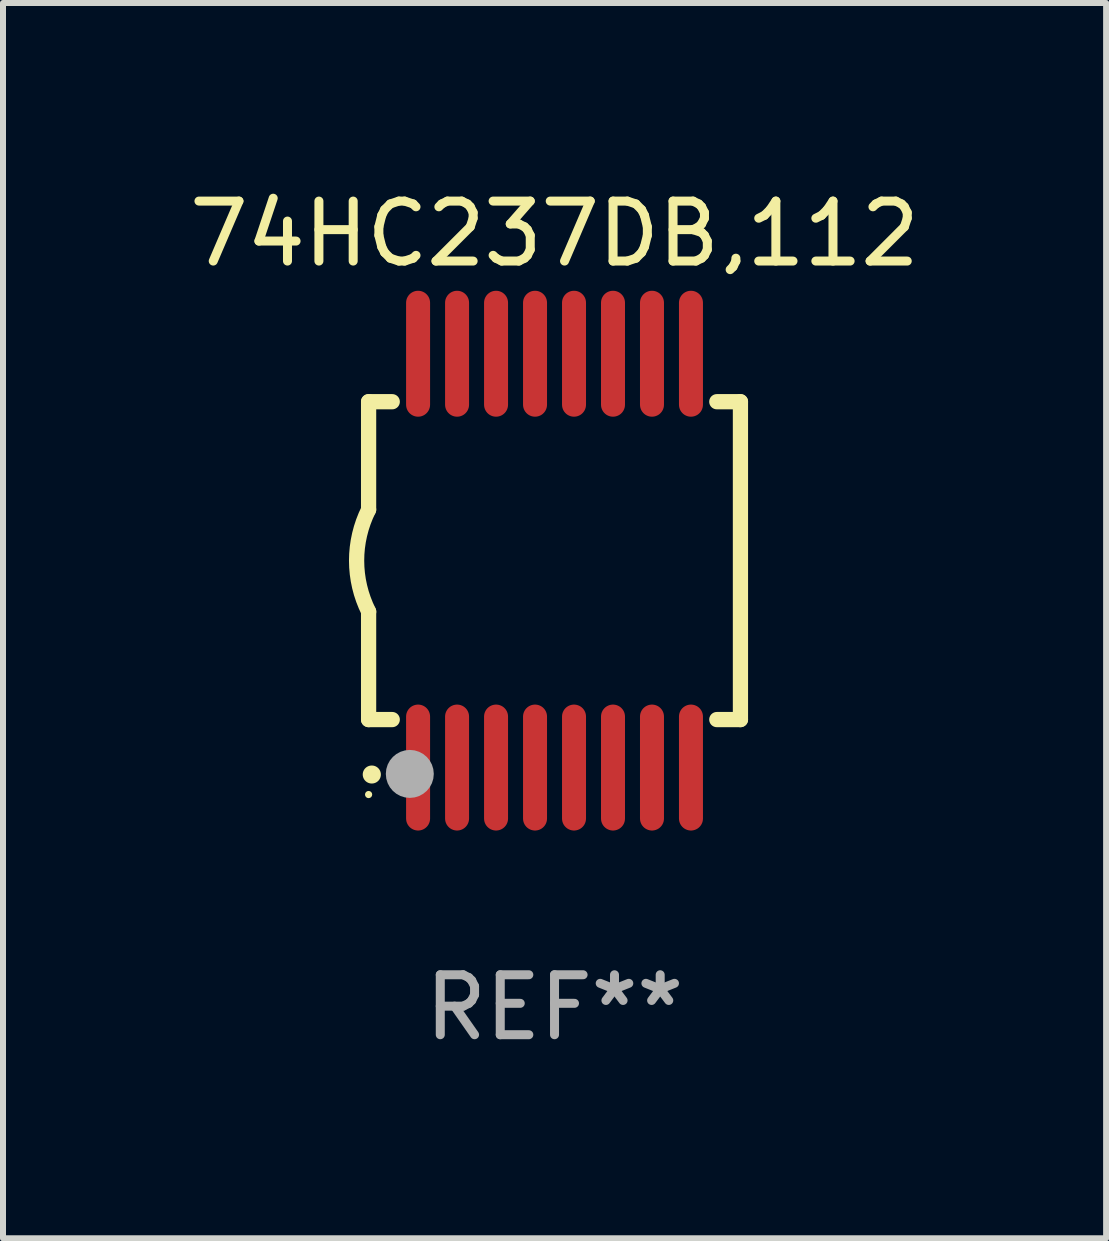
<source format=kicad_pcb>
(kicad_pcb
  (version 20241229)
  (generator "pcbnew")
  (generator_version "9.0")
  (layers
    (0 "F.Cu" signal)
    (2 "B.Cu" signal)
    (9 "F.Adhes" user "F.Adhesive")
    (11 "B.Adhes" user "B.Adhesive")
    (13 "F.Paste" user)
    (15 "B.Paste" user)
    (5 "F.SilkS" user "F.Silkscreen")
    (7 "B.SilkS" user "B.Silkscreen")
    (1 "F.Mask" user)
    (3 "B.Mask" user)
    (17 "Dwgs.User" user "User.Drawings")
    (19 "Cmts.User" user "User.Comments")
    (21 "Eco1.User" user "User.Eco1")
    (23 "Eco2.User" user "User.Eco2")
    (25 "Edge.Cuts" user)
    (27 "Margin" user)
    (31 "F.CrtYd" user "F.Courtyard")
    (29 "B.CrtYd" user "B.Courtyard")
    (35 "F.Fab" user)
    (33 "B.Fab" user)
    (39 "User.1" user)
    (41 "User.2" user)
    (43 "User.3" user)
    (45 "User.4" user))
  (footprint "74HC237DB,112"
    (layer "F.Cu")
    (at 6.196 6.298)
    (property "Reference" "74HC237DB,112" (at 0 -5.45 0) (layer "F.SilkS") (effects (font (size 1 1) (thickness 0.15))))
    (attr through_hole)
    (fp_line (start -3.1 -2.65) (end -3.1 -0.85) (stroke (width 0.254) (type solid)) (layer "F.SilkS"))
    (fp_line (start -3.1 -2.65) (end -2.706 -2.65) (stroke (width 0.254) (type solid)) (layer "F.SilkS"))
    (fp_line (start -3.1 2.65) (end -3.1 0.85) (stroke (width 0.254) (type solid)) (layer "F.SilkS"))
    (fp_line (start -3.1 2.65) (end -2.706 2.65) (stroke (width 0.254) (type solid)) (layer "F.SilkS"))
    (fp_line (start 2.706 -2.65) (end 3.1 -2.65) (stroke (width 0.254) (type solid)) (layer "F.SilkS"))
    (fp_line (start 2.706 2.65) (end 3.1 2.65) (stroke (width 0.254) (type solid)) (layer "F.SilkS"))
    (fp_line (start 3.1 -2.65) (end 3.1 2.65) (stroke (width 0.254) (type solid)) (layer "F.SilkS"))
    (fp_arc (start -3.098907 0.850902) (mid -3.300057 0.000523) (end -3.1 -0.850114) (stroke (width 0.254001) (type solid)) (layer "F.SilkS"))
    (fp_arc (start -3.048006 3.566066) (mid -3.046736 3.566061) (end -3.045466 3.566066) (stroke (width 0.3) (type solid)) (layer "F.SilkS"))
    (fp_circle (center -3.1 3.9) (end -3.07 3.9) (stroke (width 0.06) (type solid)) (fill no) (layer "F.SilkS"))
    (fp_circle (center -2.413 3.556) (end -2.213 3.556) (stroke (width 0.4) (type solid)) (fill no) (layer "F.Fab"))
    (fp_text user "REF**" (at 0 7.45 0) (layer "F.Fab") (effects (font (size 1 1) (thickness 0.15))))
    (pad "1" smd oval (at -2.275 3.45 180) (size 0.4 2.1) (layers "F.Cu" "F.Mask" "F.Paste"))
    (pad "2" smd oval (at -1.625 3.45 180) (size 0.4 2.1) (layers "F.Cu" "F.Mask" "F.Paste"))
    (pad "3" smd oval (at -0.975 3.45 180) (size 0.4 2.1) (layers "F.Cu" "F.Mask" "F.Paste"))
    (pad "4" smd oval (at -0.325 3.45 180) (size 0.4 2.1) (layers "F.Cu" "F.Mask" "F.Paste"))
    (pad "5" smd oval (at 0.325 3.45 180) (size 0.4 2.1) (layers "F.Cu" "F.Mask" "F.Paste"))
    (pad "6" smd oval (at 0.975 3.45 180) (size 0.4 2.1) (layers "F.Cu" "F.Mask" "F.Paste"))
    (pad "7" smd oval (at 1.625 3.45 180) (size 0.4 2.1) (layers "F.Cu" "F.Mask" "F.Paste"))
    (pad "8" smd oval (at 2.275 3.45 180) (size 0.4 2.1) (layers "F.Cu" "F.Mask" "F.Paste"))
    (pad "9" smd oval (at 2.275 -3.45 180) (size 0.4 2.1) (layers "F.Cu" "F.Mask" "F.Paste"))
    (pad "10" smd oval (at 1.625 -3.45 180) (size 0.4 2.1) (layers "F.Cu" "F.Mask" "F.Paste"))
    (pad "11" smd oval (at 0.975 -3.45 180) (size 0.4 2.1) (layers "F.Cu" "F.Mask" "F.Paste"))
    (pad "12" smd oval (at 0.325 -3.45 180) (size 0.4 2.1) (layers "F.Cu" "F.Mask" "F.Paste"))
    (pad "13" smd oval (at -0.325 -3.45 180) (size 0.4 2.1) (layers "F.Cu" "F.Mask" "F.Paste"))
    (pad "14" smd oval (at -0.975 -3.45 180) (size 0.4 2.1) (layers "F.Cu" "F.Mask" "F.Paste"))
    (pad "15" smd oval (at -1.625 -3.45 180) (size 0.4 2.1) (layers "F.Cu" "F.Mask" "F.Paste"))
    (pad "16" smd oval (at -2.275 -3.45 180) (size 0.4 2.1) (layers "F.Cu" "F.Mask" "F.Paste")))
  (gr_rect
    (start -3 -3)
    (end 15.393 17.597)
    (stroke (width 0.1) (type default))
    (fill no)
    (layer "Edge.Cuts")))
</source>
